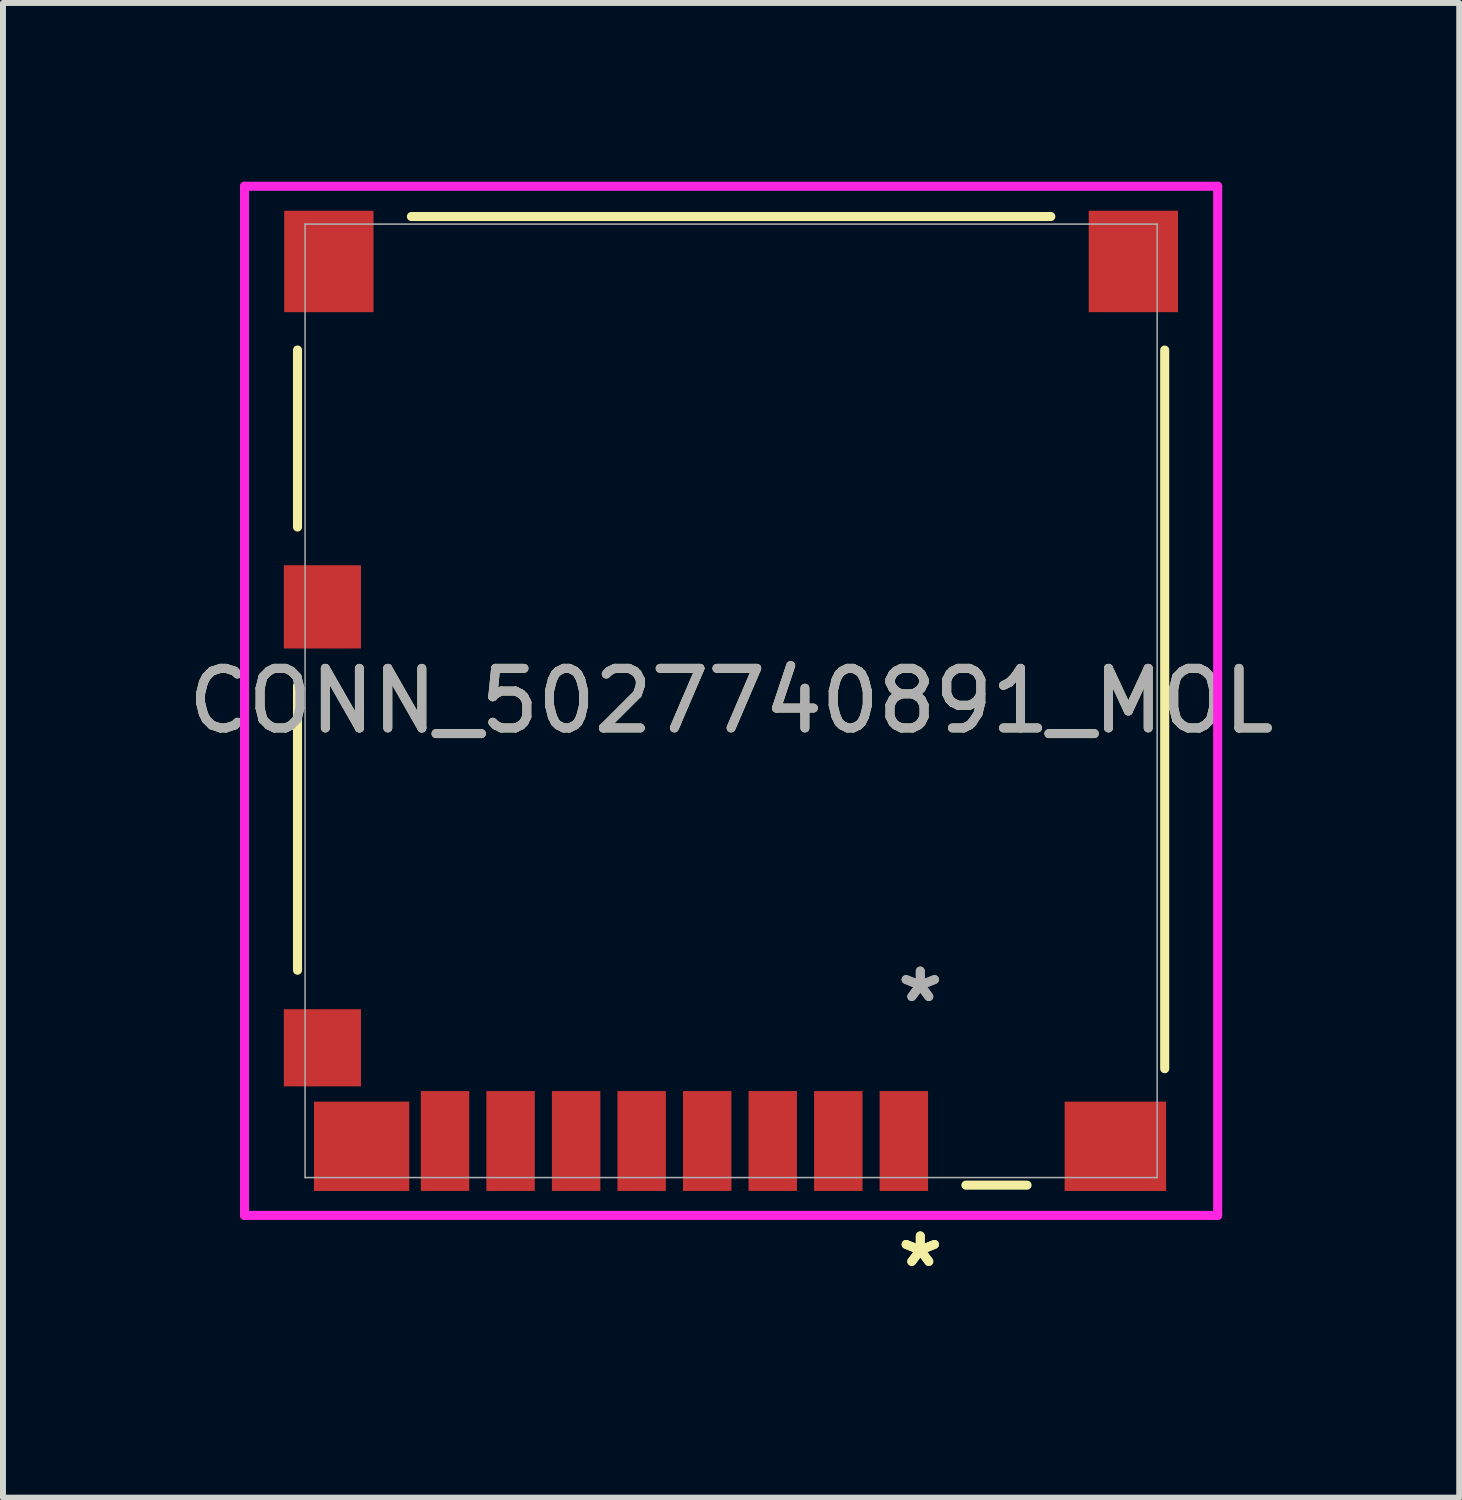
<source format=kicad_pcb>
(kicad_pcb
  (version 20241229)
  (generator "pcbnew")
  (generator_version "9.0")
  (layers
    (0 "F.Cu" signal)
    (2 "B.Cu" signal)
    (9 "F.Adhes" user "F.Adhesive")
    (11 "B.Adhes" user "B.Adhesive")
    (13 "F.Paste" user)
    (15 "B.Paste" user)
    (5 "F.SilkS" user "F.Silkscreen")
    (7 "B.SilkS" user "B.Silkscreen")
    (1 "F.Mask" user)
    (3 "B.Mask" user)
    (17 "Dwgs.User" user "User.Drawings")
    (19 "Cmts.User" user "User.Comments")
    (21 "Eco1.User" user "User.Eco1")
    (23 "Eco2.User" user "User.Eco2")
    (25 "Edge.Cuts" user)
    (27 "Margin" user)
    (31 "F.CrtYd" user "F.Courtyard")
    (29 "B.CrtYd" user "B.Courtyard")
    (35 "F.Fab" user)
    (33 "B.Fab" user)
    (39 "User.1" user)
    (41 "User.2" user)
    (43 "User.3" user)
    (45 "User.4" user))
  (footprint "CONN_5027740891_MOL"
    (layer "F.Cu")
    (at 9.22 8.712)
    (property "Reference" "CONN_5027740891_MOL" (at 0 0 0) (unlocked yes) (layer "F.SilkS") (effects (font (size 1 1) (thickness 0.15))))
    (attr smd)
    (fp_line (start -7.277 -5.888) (end -7.277 -2.917) (stroke (width 0.152) (type solid)) (layer "F.SilkS"))
    (fp_line (start -7.277 -0.254) (end -7.277 4.521) (stroke (width 0.152) (type solid)) (layer "F.SilkS"))
    (fp_line (start 3.94 8.128) (end 4.967 8.128) (stroke (width 0.152) (type solid)) (layer "F.SilkS"))
    (fp_line (start 5.366 -8.128) (end -5.366 -8.128) (stroke (width 0.152) (type solid)) (layer "F.SilkS"))
    (fp_line (start 7.277 6.174) (end 7.277 -5.888) (stroke (width 0.152) (type solid)) (layer "F.SilkS"))
    (fp_line (start -8.166 -8.636) (end -8.166 8.636) (stroke (width 0.152) (type solid)) (layer "F.CrtYd"))
    (fp_line (start -8.166 8.636) (end 8.166 8.636) (stroke (width 0.152) (type solid)) (layer "F.CrtYd"))
    (fp_line (start 8.166 -8.636) (end -8.166 -8.636) (stroke (width 0.152) (type solid)) (layer "F.CrtYd"))
    (fp_line (start 8.166 8.636) (end 8.166 -8.636) (stroke (width 0.152) (type solid)) (layer "F.CrtYd"))
    (fp_line (start -7.15 -8.001) (end -7.15 8.001) (stroke (width 0.025) (type solid)) (layer "F.Fab"))
    (fp_line (start -7.15 8.001) (end 7.15 8.001) (stroke (width 0.025) (type solid)) (layer "F.Fab"))
    (fp_line (start 7.15 -8.001) (end -7.15 -8.001) (stroke (width 0.025) (type solid)) (layer "F.Fab"))
    (fp_line (start 7.15 8.001) (end 7.15 -8.001) (stroke (width 0.025) (type solid)) (layer "F.Fab"))
    (fp_text user "*" (at 3.175 9.525 0) (layer "F.SilkS") (effects (font (size 1 1) (thickness 0.15))))
    (fp_text user "*" (at 3.175 9.525 0) (unlocked yes) (layer "F.SilkS") (effects (font (size 1 1) (thickness 0.15))))
    (fp_text user "*" (at 3.175 5.08 0) (unlocked yes) (layer "F.Fab") (effects (font (size 1 1) (thickness 0.15))))
    (fp_text user "*" (at 3.175 5.08 0) (layer "F.Fab") (effects (font (size 1 1) (thickness 0.15))))
    (fp_text user "${REFERENCE}" (at 0 0 0) (unlocked yes) (layer "F.Fab") (effects (font (size 1 1) (thickness 0.15))))
    (pad "1" smd rect (at 2.899 7.387) (size 0.813 1.676) (layers "F.Cu" "F.Mask" "F.Paste"))
    (pad "2" smd rect (at 1.799 7.387) (size 0.813 1.676) (layers "F.Cu" "F.Mask" "F.Paste"))
    (pad "3" smd rect (at 0.699 7.387) (size 0.813 1.676) (layers "F.Cu" "F.Mask" "F.Paste"))
    (pad "4" smd rect (at -0.401 7.387) (size 0.813 1.676) (layers "F.Cu" "F.Mask" "F.Paste"))
    (pad "5" smd rect (at -1.501 7.387) (size 0.813 1.676) (layers "F.Cu" "F.Mask" "F.Paste"))
    (pad "6" smd rect (at -2.601 7.387) (size 0.813 1.676) (layers "F.Cu" "F.Mask" "F.Paste"))
    (pad "7" smd rect (at -3.701 7.387) (size 0.813 1.676) (layers "F.Cu" "F.Mask" "F.Paste"))
    (pad "8" smd rect (at -4.801 7.387) (size 0.813 1.676) (layers "F.Cu" "F.Mask" "F.Paste"))
    (pad "9" smd rect (at -6.751 -7.374) (size 1.499 1.702) (layers "F.Cu" "F.Mask" "F.Paste"))
    (pad "10" smd rect (at 6.751 -7.374) (size 1.499 1.702) (layers "F.Cu" "F.Mask" "F.Paste"))
    (pad "11" smd rect (at -6.859 -1.577) (size 1.295 1.397) (layers "F.Cu" "F.Mask" "F.Paste"))
    (pad "12" smd rect (at -6.859 5.823) (size 1.295 1.295) (layers "F.Cu" "F.Mask" "F.Paste"))
    (pad "13" smd rect (at -6.201 7.476) (size 1.6 1.499) (layers "F.Cu" "F.Mask" "F.Paste"))
    (pad "14" smd rect (at 6.449 7.476) (size 1.702 1.499) (layers "F.Cu" "F.Mask" "F.Paste")))
  (gr_rect
    (start -3 -3)
    (end 21.44 22.085)
    (stroke (width 0.1) (type default))
    (fill no)
    (layer "Edge.Cuts")))
</source>
